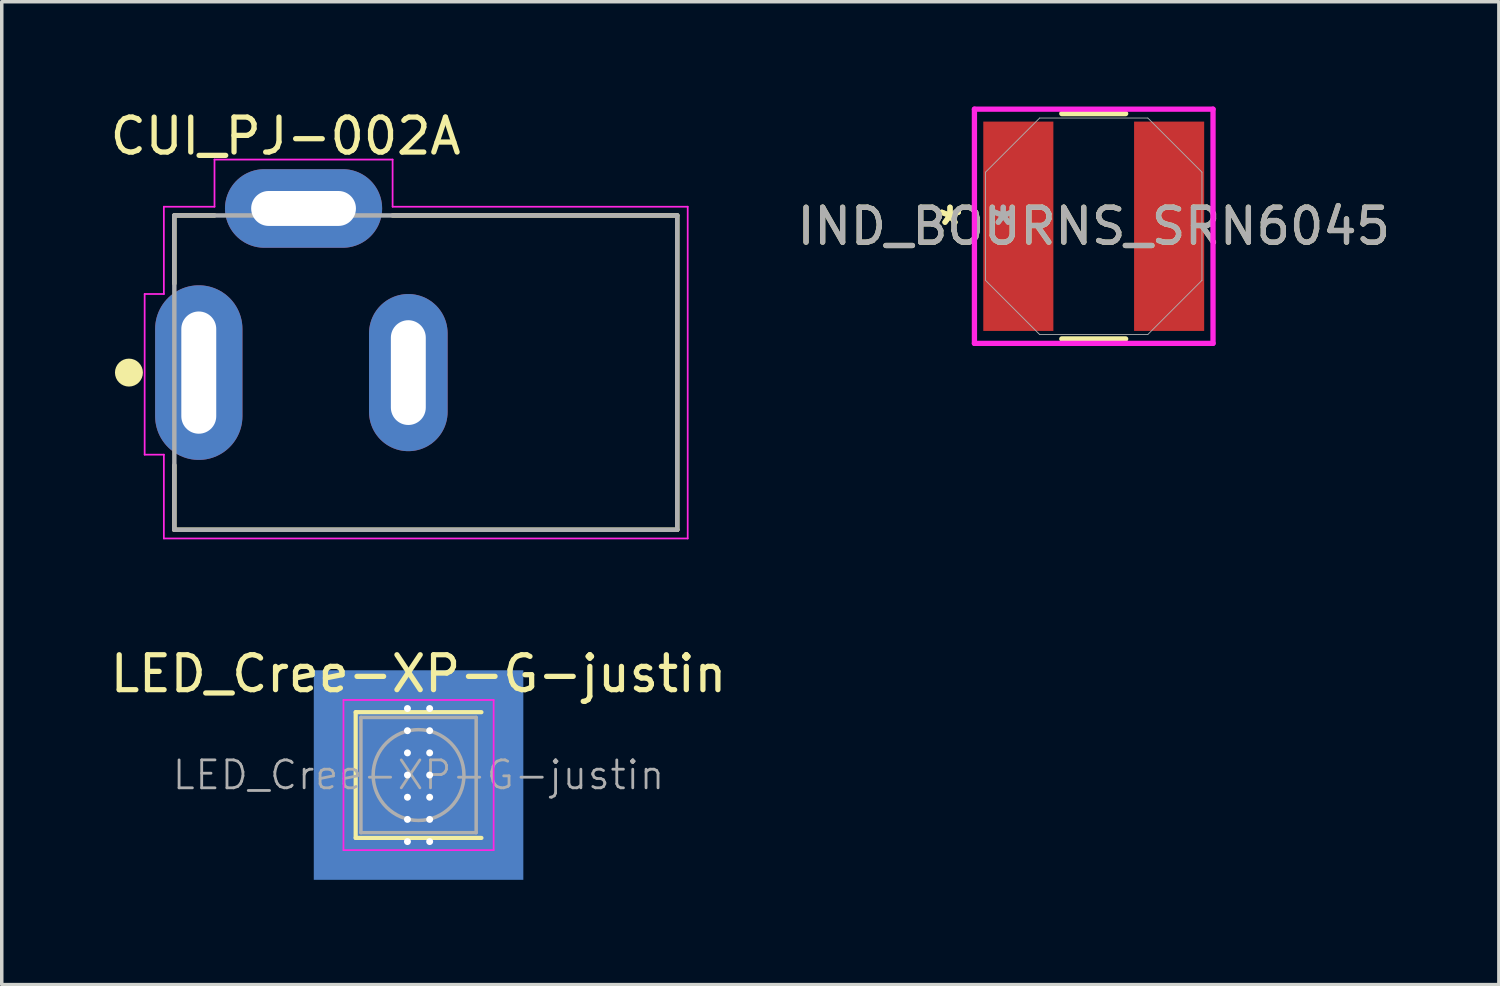
<source format=kicad_pcb>
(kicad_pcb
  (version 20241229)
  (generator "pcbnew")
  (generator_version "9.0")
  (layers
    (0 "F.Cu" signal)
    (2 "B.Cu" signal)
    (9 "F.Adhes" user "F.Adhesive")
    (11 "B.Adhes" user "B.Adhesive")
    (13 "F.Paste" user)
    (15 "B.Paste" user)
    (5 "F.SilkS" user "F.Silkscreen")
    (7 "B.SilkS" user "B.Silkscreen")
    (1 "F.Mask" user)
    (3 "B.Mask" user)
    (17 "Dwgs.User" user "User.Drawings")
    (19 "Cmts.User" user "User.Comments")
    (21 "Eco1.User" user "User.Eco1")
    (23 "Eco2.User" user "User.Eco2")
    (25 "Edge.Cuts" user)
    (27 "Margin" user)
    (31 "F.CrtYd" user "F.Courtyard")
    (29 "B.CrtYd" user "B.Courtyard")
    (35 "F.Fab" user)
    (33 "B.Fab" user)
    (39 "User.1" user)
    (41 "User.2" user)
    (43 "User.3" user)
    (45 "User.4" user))
  (footprint "LED_Cree-XP-G-justin"
    (layer "F.Cu")
    (at 8.935 19.143)
    (property "Reference" "LED_Cree-XP-G-justin" (at 0 -2.9 0) (layer "F.SilkS") (effects (font (size 1 1) (thickness 0.15))))
    (attr smd)
    (fp_line (start -1.8 -1.8) (end 1.8 -1.8) (stroke (width 0.12) (type solid)) (layer "F.SilkS"))
    (fp_line (start -1.8 1.8) (end -1.8 -1.8) (stroke (width 0.12) (type solid)) (layer "F.SilkS"))
    (fp_line (start 1.8 1.8) (end -1.8 1.8) (stroke (width 0.12) (type solid)) (layer "F.SilkS"))
    (fp_line (start -2.15 -2.15) (end 2.15 -2.15) (stroke (width 0.05) (type solid)) (layer "F.CrtYd"))
    (fp_line (start -2.15 2.15) (end -2.15 -2.15) (stroke (width 0.05) (type solid)) (layer "F.CrtYd"))
    (fp_line (start 2.15 -2.15) (end 2.15 2.15) (stroke (width 0.05) (type solid)) (layer "F.CrtYd"))
    (fp_line (start 2.15 2.15) (end -2.15 2.15) (stroke (width 0.05) (type solid)) (layer "F.CrtYd"))
    (fp_line (start -1.65 -1.65) (end 1.65 -1.65) (stroke (width 0.1) (type solid)) (layer "F.Fab"))
    (fp_line (start -1.65 1.65) (end -1.65 -1.65) (stroke (width 0.1) (type solid)) (layer "F.Fab"))
    (fp_line (start 1.65 -1.65) (end 1.65 1.65) (stroke (width 0.1) (type solid)) (layer "F.Fab"))
    (fp_line (start 1.65 1.65) (end -1.65 1.65) (stroke (width 0.1) (type solid)) (layer "F.Fab"))
    (fp_circle (center 0 0) (end 0 1.3) (stroke (width 0.1) (type solid)) (fill no) (layer "F.Fab"))
    (fp_text user "${REFERENCE}" (at 0 0 0) (layer "F.Fab") (effects (font (size 0.8 0.8) (thickness 0.08))))
    (pad "1" smd rect (at -1.4 0) (size 0.5 3.3) (layers "F.Cu" "F.Mask" "F.Paste"))
    (pad "2" smd rect (at 1.4 0) (size 0.5 3.3) (layers "F.Cu" "F.Mask" "F.Paste"))
    (pad "3" thru_hole circle (at -0.318 -1.905) (size 0.254 0.254) (drill 0.2) (layers "*.Cu"))
    (pad "3" thru_hole circle (at -0.318 -1.27) (size 0.254 0.254) (drill 0.2) (layers "*.Cu"))
    (pad "3" thru_hole circle (at -0.318 -0.635) (size 0.254 0.254) (drill 0.2) (layers "*.Cu"))
    (pad "3" thru_hole circle (at -0.318 0) (size 0.254 0.254) (drill 0.2) (layers "*.Cu"))
    (pad "3" thru_hole circle (at -0.318 0.635) (size 0.254 0.254) (drill 0.2) (layers "*.Cu"))
    (pad "3" thru_hole circle (at -0.318 1.27) (size 0.254 0.254) (drill 0.2) (layers "*.Cu"))
    (pad "3" thru_hole circle (at -0.318 1.905) (size 0.254 0.254) (drill 0.2) (layers "*.Cu"))
    (pad "3" smd rect (at 0 0) (size 1.3 4.3) (layers "F.Cu" "F.Mask"))
    (pad "3" smd rect (at 0 0) (size 6 6) (layers "B.Cu"))
    (pad "3" thru_hole circle (at 0.318 -1.905) (size 0.254 0.254) (drill 0.2) (layers "*.Cu"))
    (pad "3" thru_hole circle (at 0.318 -1.27) (size 0.254 0.254) (drill 0.2) (layers "*.Cu"))
    (pad "3" thru_hole circle (at 0.318 -0.635) (size 0.254 0.254) (drill 0.2) (layers "*.Cu"))
    (pad "3" thru_hole circle (at 0.318 0) (size 0.254 0.254) (drill 0.2) (layers "*.Cu"))
    (pad "3" thru_hole circle (at 0.318 0.635) (size 0.254 0.254) (drill 0.2) (layers "*.Cu"))
    (pad "3" thru_hole circle (at 0.318 1.27) (size 0.254 0.254) (drill 0.2) (layers "*.Cu"))
    (pad "3" thru_hole circle (at 0.318 1.905) (size 0.254 0.254) (drill 0.2) (layers "*.Cu")))
  (footprint "CUI_PJ-002A"
    (layer "F.Cu")
    (at 2.642 7.619)
    (property "Reference" "CUI_PJ-002A" (at 2.487 -6.771 0) (layer "F.SilkS") (effects (font (size 1.001 1.001) (thickness 0.15))))
    (attr through_hole)
    (fp_line (start -0.7 -4.5) (end 0.45 -4.5) (stroke (width 0.127) (type solid)) (layer "F.SilkS"))
    (fp_line (start -0.7 -2.55) (end -0.7 -4.5) (stroke (width 0.127) (type solid)) (layer "F.SilkS"))
    (fp_line (start -0.7 4.5) (end -0.7 2.65) (stroke (width 0.127) (type solid)) (layer "F.SilkS"))
    (fp_line (start 5.55 -4.5) (end 13.7 -4.5) (stroke (width 0.127) (type solid)) (layer "F.SilkS"))
    (fp_line (start 13.7 -4.5) (end 13.7 4.5) (stroke (width 0.127) (type solid)) (layer "F.SilkS"))
    (fp_line (start 13.7 4.5) (end -0.7 4.5) (stroke (width 0.127) (type solid)) (layer "F.SilkS"))
    (fp_circle (center -2 0) (end -1.8 0) (stroke (width 0.4) (type solid)) (fill no) (layer "F.SilkS"))
    (fp_line (start -1.55 -2.25) (end -1.55 2.35) (stroke (width 0.05) (type solid)) (layer "F.CrtYd"))
    (fp_line (start -1.55 2.35) (end -1 2.35) (stroke (width 0.05) (type solid)) (layer "F.CrtYd"))
    (fp_line (start -1 -4.75) (end 0.45 -4.75) (stroke (width 0.05) (type solid)) (layer "F.CrtYd"))
    (fp_line (start -1 -2.25) (end -1.55 -2.25) (stroke (width 0.05) (type solid)) (layer "F.CrtYd"))
    (fp_line (start -1 -2.25) (end -1 -4.75) (stroke (width 0.05) (type solid)) (layer "F.CrtYd"))
    (fp_line (start -1 4.75) (end -1 2.35) (stroke (width 0.05) (type solid)) (layer "F.CrtYd"))
    (fp_line (start 0.45 -6.1) (end 5.55 -6.1) (stroke (width 0.05) (type solid)) (layer "F.CrtYd"))
    (fp_line (start 0.45 -4.75) (end 0.45 -6.1) (stroke (width 0.05) (type solid)) (layer "F.CrtYd"))
    (fp_line (start 5.55 -6.1) (end 5.55 -4.75) (stroke (width 0.05) (type solid)) (layer "F.CrtYd"))
    (fp_line (start 5.55 -4.75) (end 14 -4.75) (stroke (width 0.05) (type solid)) (layer "F.CrtYd"))
    (fp_line (start 14 -4.75) (end 14 4.75) (stroke (width 0.05) (type solid)) (layer "F.CrtYd"))
    (fp_line (start 14 4.75) (end -1 4.75) (stroke (width 0.05) (type solid)) (layer "F.CrtYd"))
    (fp_line (start -0.7 -4.5) (end 13.7 -4.5) (stroke (width 0.127) (type solid)) (layer "F.Fab"))
    (fp_line (start -0.7 4.5) (end -0.7 -4.5) (stroke (width 0.127) (type solid)) (layer "F.Fab"))
    (fp_line (start 13.7 -4.5) (end 13.7 4.5) (stroke (width 0.127) (type solid)) (layer "F.Fab"))
    (fp_line (start 13.7 4.5) (end -0.7 4.5) (stroke (width 0.127) (type solid)) (layer "F.Fab"))
    (pad "1" thru_hole oval (at 0 0) (size 2.5 5) (drill oval 1 3.5) (layers "*.Cu" "*.Mask"))
    (pad "2" thru_hole oval (at 6 0) (size 2.25 4.5) (drill oval 1 3) (layers "*.Cu" "*.Mask"))
    (pad "3" thru_hole oval (at 3 -4.7) (size 4.5 2.25) (drill oval 3 1) (layers "*.Cu" "*.Mask")))
  (footprint "IND_BOURNS_SRN6045"
    (layer "F.Cu")
    (at 28.268 3.429)
    (property "Reference" "IND_BOURNS_SRN6045" (at 0 0 0) (unlocked yes) (layer "F.SilkS") (effects (font (size 1 1) (thickness 0.15))))
    (attr smd)
    (fp_line (start -0.914 3.226) (end 0.914 3.226) (stroke (width 0.152) (type solid)) (layer "F.SilkS"))
    (fp_line (start 0.914 -3.226) (end -0.914 -3.226) (stroke (width 0.152) (type solid)) (layer "F.SilkS"))
    (fp_line (start -3.416 -3.353) (end 3.416 -3.353) (stroke (width 0.152) (type solid)) (layer "F.CrtYd"))
    (fp_line (start -3.416 3.353) (end -3.416 -3.353) (stroke (width 0.152) (type solid)) (layer "F.CrtYd"))
    (fp_line (start 3.416 -3.353) (end 3.416 3.353) (stroke (width 0.152) (type solid)) (layer "F.CrtYd"))
    (fp_line (start 3.416 3.353) (end -3.416 3.353) (stroke (width 0.152) (type solid)) (layer "F.CrtYd"))
    (fp_line (start -3.099 -1.549) (end -3.099 1.549) (stroke (width 0.025) (type solid)) (layer "F.Fab"))
    (fp_line (start -3.099 1.549) (end -1.549 3.099) (stroke (width 0.025) (type solid)) (layer "F.Fab"))
    (fp_line (start -1.549 -3.099) (end -3.099 -1.549) (stroke (width 0.025) (type solid)) (layer "F.Fab"))
    (fp_line (start -1.549 3.099) (end 1.549 3.099) (stroke (width 0.025) (type solid)) (layer "F.Fab"))
    (fp_line (start 1.549 -3.099) (end -1.549 -3.099) (stroke (width 0.025) (type solid)) (layer "F.Fab"))
    (fp_line (start 1.549 3.099) (end 3.099 1.549) (stroke (width 0.025) (type solid)) (layer "F.Fab"))
    (fp_line (start 3.099 -1.549) (end 1.549 -3.099) (stroke (width 0.025) (type solid)) (layer "F.Fab"))
    (fp_line (start 3.099 1.549) (end 3.099 -1.549) (stroke (width 0.025) (type solid)) (layer "F.Fab"))
    (fp_text user "*" (at -4.115 0 0) (unlocked yes) (layer "F.SilkS") (effects (font (size 1 1) (thickness 0.15))))
    (fp_text user "*" (at -4.115 0 0) (layer "F.SilkS") (effects (font (size 1 1) (thickness 0.15))))
    (fp_text user "*" (at -2.591 0 0) (layer "F.Fab") (effects (font (size 1 1) (thickness 0.15))))
    (fp_text user "*" (at -2.591 0 0) (unlocked yes) (layer "F.Fab") (effects (font (size 1 1) (thickness 0.15))))
    (fp_text user "${REFERENCE}" (at 0 0 0) (unlocked yes) (layer "F.Fab") (effects (font (size 1 1) (thickness 0.15))))
    (pad "1" smd rect (at -2.159 0) (size 2.007 5.994) (layers "F.Cu" "F.Mask" "F.Paste"))
    (pad "2" smd rect (at 2.159 0) (size 2.007 5.994) (layers "F.Cu" "F.Mask" "F.Paste")))
  (gr_rect
    (start -3 -3)
    (end 39.869 25.143)
    (stroke (width 0.1) (type default))
    (fill no)
    (layer "Edge.Cuts")))
</source>
